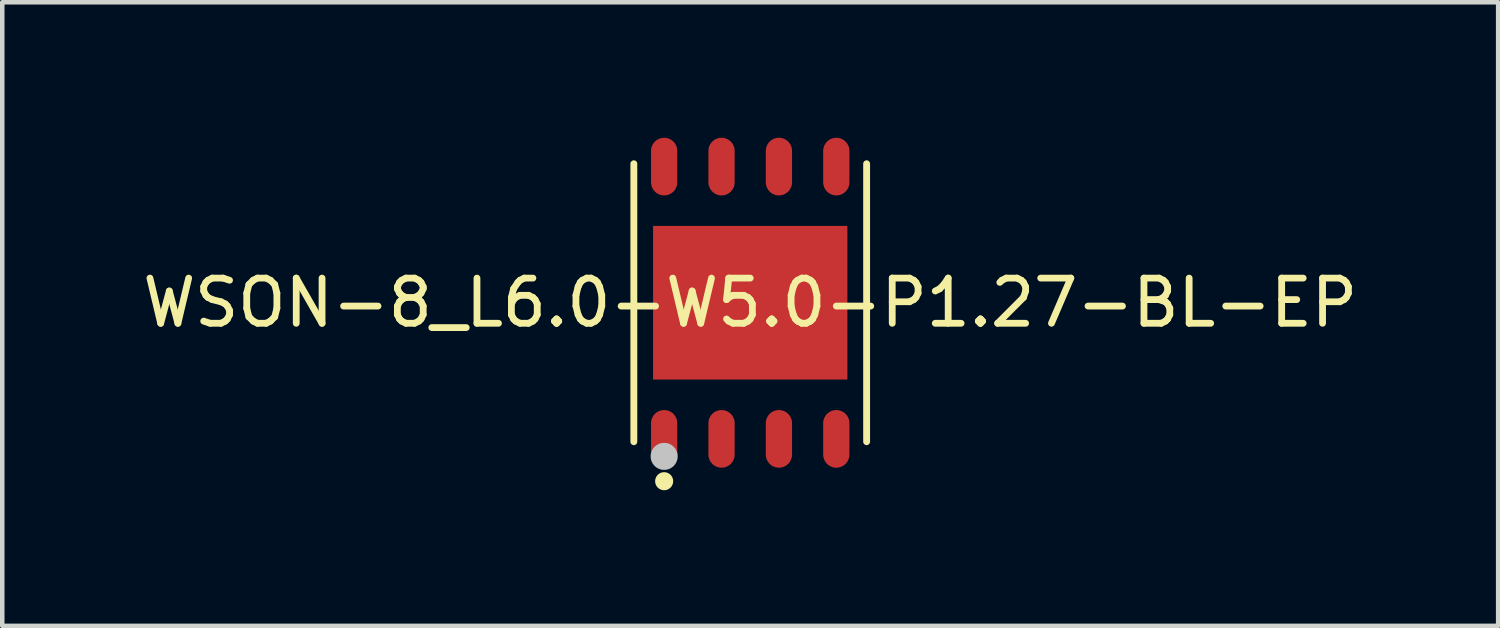
<source format=kicad_pcb>
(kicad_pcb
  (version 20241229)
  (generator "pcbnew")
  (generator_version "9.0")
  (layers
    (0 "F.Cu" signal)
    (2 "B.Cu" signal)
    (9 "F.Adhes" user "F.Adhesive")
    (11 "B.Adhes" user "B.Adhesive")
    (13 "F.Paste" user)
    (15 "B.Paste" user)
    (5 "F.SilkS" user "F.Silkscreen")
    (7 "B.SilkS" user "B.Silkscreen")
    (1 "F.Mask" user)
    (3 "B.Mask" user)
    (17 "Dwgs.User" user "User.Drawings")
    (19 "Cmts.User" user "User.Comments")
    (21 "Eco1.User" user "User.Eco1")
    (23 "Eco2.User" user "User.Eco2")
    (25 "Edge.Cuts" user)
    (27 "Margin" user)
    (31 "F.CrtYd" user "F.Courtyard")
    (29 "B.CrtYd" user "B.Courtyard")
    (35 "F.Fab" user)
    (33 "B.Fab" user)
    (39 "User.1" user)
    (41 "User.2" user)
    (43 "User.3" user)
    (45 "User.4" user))
  (footprint "WSON-8_L6.0-W5.0-P1.27-BL-EP"
    (layer "F.Cu")
    (at 13.554 3.65)
    (property "Reference" "WSON-8_L6.0-W5.0-P1.27-BL-EP" (at 0 0 0) (layer "F.SilkS") (effects (font (size 1 1) (thickness 0.15))))
    (fp_line (start -2.576 3.076) (end -2.576 -3.076) (stroke (width 0.152) (type default)) (layer "F.SilkS"))
    (fp_line (start 2.576 -3.076) (end 2.576 3.076) (stroke (width 0.152) (type default)) (layer "F.SilkS"))
    (fp_circle (center -1.905 3.95) (end -1.805 3.95) (stroke (width 0.2) (type default)) (fill no) (layer "F.SilkS"))
    (fp_circle (center -1.905 3.4) (end -1.755 3.4) (stroke (width 0.3) (type default)) (fill no) (layer "Dwgs.User"))
    (fp_poly (pts (xy -2.112 -3) (xy -2.112 -2.4) (xy -1.698 -2.4) (xy -1.698 -3)) (stroke (width 0.1) (type default)) (fill no) (layer "User.1"))
    (fp_poly (pts (xy -2.112 3) (xy -2.112 2.4) (xy -1.698 2.4) (xy -1.698 3)) (stroke (width 0.1) (type default)) (fill no) (layer "User.1"))
    (fp_poly (pts (xy -0.843 -3) (xy -0.843 -2.4) (xy -0.427 -2.4) (xy -0.427 -3)) (stroke (width 0.1) (type default)) (fill no) (layer "User.1"))
    (fp_poly (pts (xy -0.843 3) (xy -0.843 2.4) (xy -0.427 2.4) (xy -0.427 3)) (stroke (width 0.1) (type default)) (fill no) (layer "User.1"))
    (fp_poly (pts (xy 0.427 -3) (xy 0.427 -2.4) (xy 0.843 -2.4) (xy 0.843 -3)) (stroke (width 0.1) (type default)) (fill no) (layer "User.1"))
    (fp_poly (pts (xy 0.427 3) (xy 0.427 2.4) (xy 0.843 2.4) (xy 0.843 3)) (stroke (width 0.1) (type default)) (fill no) (layer "User.1"))
    (fp_poly (pts (xy 1.698 -3) (xy 1.698 -2.4) (xy 2.112 -2.4) (xy 2.112 -3)) (stroke (width 0.1) (type default)) (fill no) (layer "User.1"))
    (fp_poly (pts (xy 1.698 3) (xy 1.698 2.4) (xy 2.112 2.4) (xy 2.112 3)) (stroke (width 0.1) (type default)) (fill no) (layer "User.1"))
    (fp_poly (pts (xy -2.15 1.02) (xy -2.15 -1.7) (xy 2.15 -1.7) (xy 2.15 1.7) (xy -1.47 1.7)) (stroke (width 0.1) (type default)) (fill no) (layer "User.1"))
    (fp_line (start -2.5 -3) (end 2.5 -3) (stroke (width 0.051) (type default)) (layer "User.2"))
    (fp_line (start -2.5 3) (end -2.5 -3) (stroke (width 0.051) (type default)) (layer "User.2"))
    (fp_line (start 2.5 -3) (end 2.5 3) (stroke (width 0.051) (type default)) (layer "User.2"))
    (fp_line (start 2.5 3) (end -2.5 3) (stroke (width 0.051) (type default)) (layer "User.2"))
    (fp_poly (pts (xy -2.445 2.977) (xy -2.477 2.945) (xy -2.523 2.945) (xy -2.555 2.977) (xy -2.555 3.023) (xy -2.523 3.055) (xy -2.477 3.055) (xy -2.445 3.023)) (stroke (width 0.1) (type default)) (fill no) (layer "User.3"))
    (pad "1" smd oval (at -1.905 3.013) (size 0.581 1.276) (layers "F.Cu" "F.Mask" "F.Paste"))
    (pad "2" smd oval (at -0.635 3.013) (size 0.581 1.276) (layers "F.Cu" "F.Mask" "F.Paste"))
    (pad "3" smd oval (at 0.635 3.013) (size 0.581 1.276) (layers "F.Cu" "F.Mask" "F.Paste"))
    (pad "4" smd oval (at 1.905 3.013) (size 0.581 1.276) (layers "F.Cu" "F.Mask" "F.Paste"))
    (pad "5" smd oval (at 1.905 -3.013) (size 0.581 1.276) (layers "F.Cu" "F.Mask" "F.Paste"))
    (pad "6" smd oval (at 0.635 -3.013) (size 0.581 1.276) (layers "F.Cu" "F.Mask" "F.Paste"))
    (pad "7" smd oval (at -0.635 -3.013) (size 0.581 1.276) (layers "F.Cu" "F.Mask" "F.Paste"))
    (pad "8" smd oval (at -1.905 -3.013) (size 0.581 1.276) (layers "F.Cu" "F.Mask" "F.Paste"))
    (pad "9" smd rect (at 0 0) (size 4.3 3.4) (layers "F.Cu" "F.Mask" "F.Paste")))
  (gr_rect
    (start -3 -3)
    (end 30.107 10.801)
    (stroke (width 0.1) (type default))
    (fill no)
    (layer "Edge.Cuts")))
</source>
